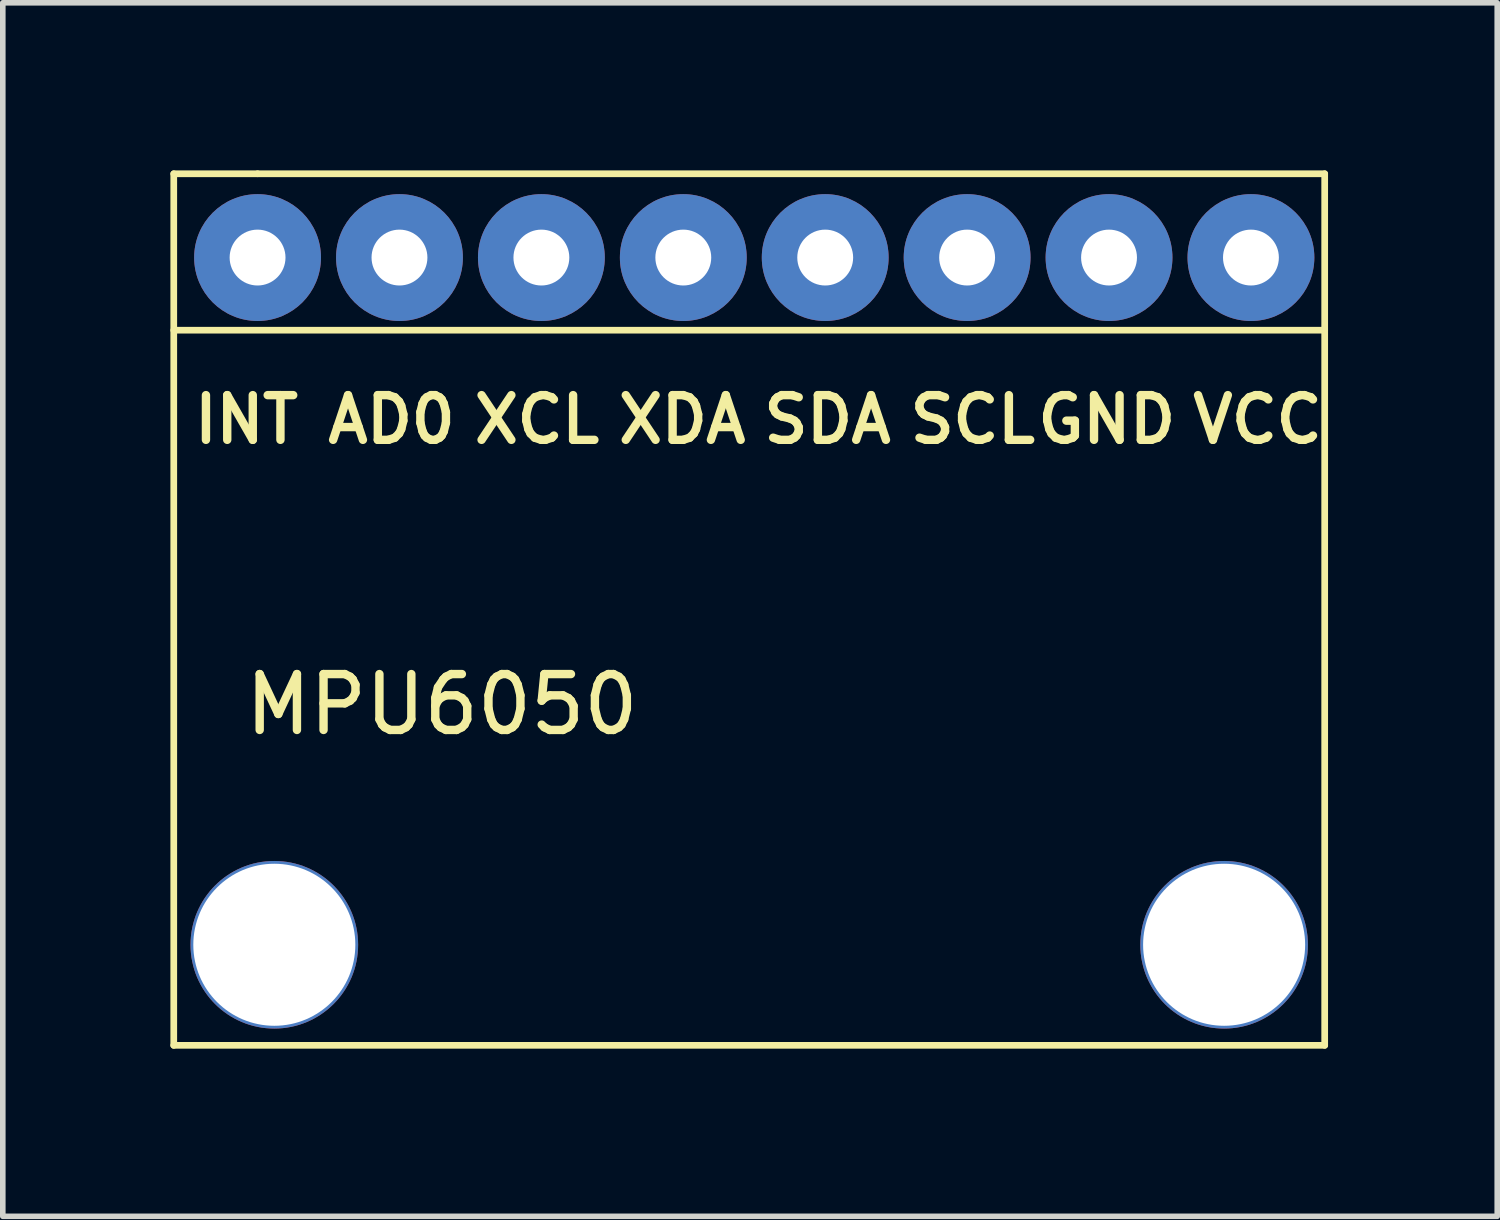
<source format=kicad_pcb>
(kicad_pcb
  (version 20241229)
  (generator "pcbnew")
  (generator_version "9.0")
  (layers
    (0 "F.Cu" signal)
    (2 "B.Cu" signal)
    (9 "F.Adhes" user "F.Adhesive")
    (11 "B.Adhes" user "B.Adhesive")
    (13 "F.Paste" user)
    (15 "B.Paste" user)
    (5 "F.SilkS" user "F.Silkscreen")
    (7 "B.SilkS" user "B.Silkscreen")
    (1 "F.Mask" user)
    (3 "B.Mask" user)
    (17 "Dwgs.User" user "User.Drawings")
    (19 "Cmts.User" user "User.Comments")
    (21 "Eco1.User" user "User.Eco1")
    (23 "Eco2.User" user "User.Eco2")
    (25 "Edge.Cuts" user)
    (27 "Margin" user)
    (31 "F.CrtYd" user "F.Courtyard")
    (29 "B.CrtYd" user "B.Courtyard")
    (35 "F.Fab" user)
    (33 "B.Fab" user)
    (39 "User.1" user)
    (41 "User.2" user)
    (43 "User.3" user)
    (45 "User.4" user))
  (footprint "MPU6050"
    (layer "F.Cu")
    (at 1.56 1.56)
    (property "Reference" "MPU6050" (at 3.3 8 0) (layer "F.SilkS") (effects (font (size 1 1) (thickness 0.15))))
    (attr through_hole)
    (fp_line (start -1.5 -1.5) (end -1.5 14.1) (stroke (width 0.12) (type solid)) (layer "F.SilkS"))
    (fp_line (start -1.5 1.3) (end 19.1 1.3) (stroke (width 0.12) (type solid)) (layer "F.SilkS"))
    (fp_line (start -1.5 14.1) (end 19.1 14.1) (stroke (width 0.12) (type solid)) (layer "F.SilkS"))
    (fp_line (start 0 -1.5) (end -1.5 -1.5) (stroke (width 0.12) (type solid)) (layer "F.SilkS"))
    (fp_line (start 0 -1.5) (end 19.1 -1.5) (stroke (width 0.12) (type solid)) (layer "F.SilkS"))
    (fp_line (start 19.1 -1.5) (end 19.1 14.1) (stroke (width 0.12) (type solid)) (layer "F.SilkS"))
    (fp_text user "GND" (at 15.2 2.9 0) (layer "F.SilkS") (effects (font (size 0.8 0.8) (thickness 0.15))))
    (fp_text user "XDA" (at 7.6 2.9 0) (layer "F.SilkS") (effects (font (size 0.8 0.8) (thickness 0.15))))
    (fp_text user "SDA" (at 10.2 2.9 0) (layer "F.SilkS") (effects (font (size 0.8 0.8) (thickness 0.15))))
    (fp_text user "INT" (at -0.2 2.9 0) (layer "F.SilkS") (effects (font (size 0.8 0.8) (thickness 0.15))))
    (fp_text user "VCC" (at 17.9 2.9 180) (layer "F.SilkS") (effects (font (size 0.8 0.8) (thickness 0.15))))
    (fp_text user "AD0" (at 2.4 2.9 0) (layer "F.SilkS") (effects (font (size 0.8 0.8) (thickness 0.15))))
    (fp_text user "XCL" (at 5 2.9 0) (layer "F.SilkS") (effects (font (size 0.8 0.8) (thickness 0.15))))
    (fp_text user "SCL" (at 12.8 2.9 0) (layer "F.SilkS") (effects (font (size 0.8 0.8) (thickness 0.15))))
    (pad "" thru_hole circle (at 0.3 12.3) (size 3 3) (drill 2.9) (layers "*.Cu" "*.Mask"))
    (pad "" thru_hole circle (at 17.3 12.3) (size 3 3) (drill 2.9) (layers "*.Cu" "*.Mask"))
    (pad "1" thru_hole circle (at 0 0) (size 2.27 2.27) (drill 1) (layers "*.Cu" "*.Mask"))
    (pad "2" thru_hole circle (at 2.54 0) (size 2.27 2.27) (drill 1) (layers "*.Cu" "*.Mask"))
    (pad "3" thru_hole circle (at 5.08 0) (size 2.27 2.27) (drill 1) (layers "*.Cu" "*.Mask"))
    (pad "4" thru_hole circle (at 7.62 0) (size 2.27 2.27) (drill 1) (layers "*.Cu" "*.Mask"))
    (pad "5" thru_hole circle (at 10.16 0) (size 2.27 2.27) (drill 1) (layers "*.Cu" "*.Mask"))
    (pad "6" thru_hole circle (at 12.7 0) (size 2.27 2.27) (drill 1) (layers "*.Cu" "*.Mask"))
    (pad "7" thru_hole circle (at 15.24 0) (size 2.27 2.27) (drill 1) (layers "*.Cu" "*.Mask"))
    (pad "8" thru_hole circle (at 17.78 0) (size 2.27 2.27) (drill 1) (layers "*.Cu" "*.Mask")))
  (gr_rect
    (start -3 -3)
    (end 23.748 18.72)
    (stroke (width 0.1) (type default))
    (fill no)
    (layer "Edge.Cuts")))
</source>
